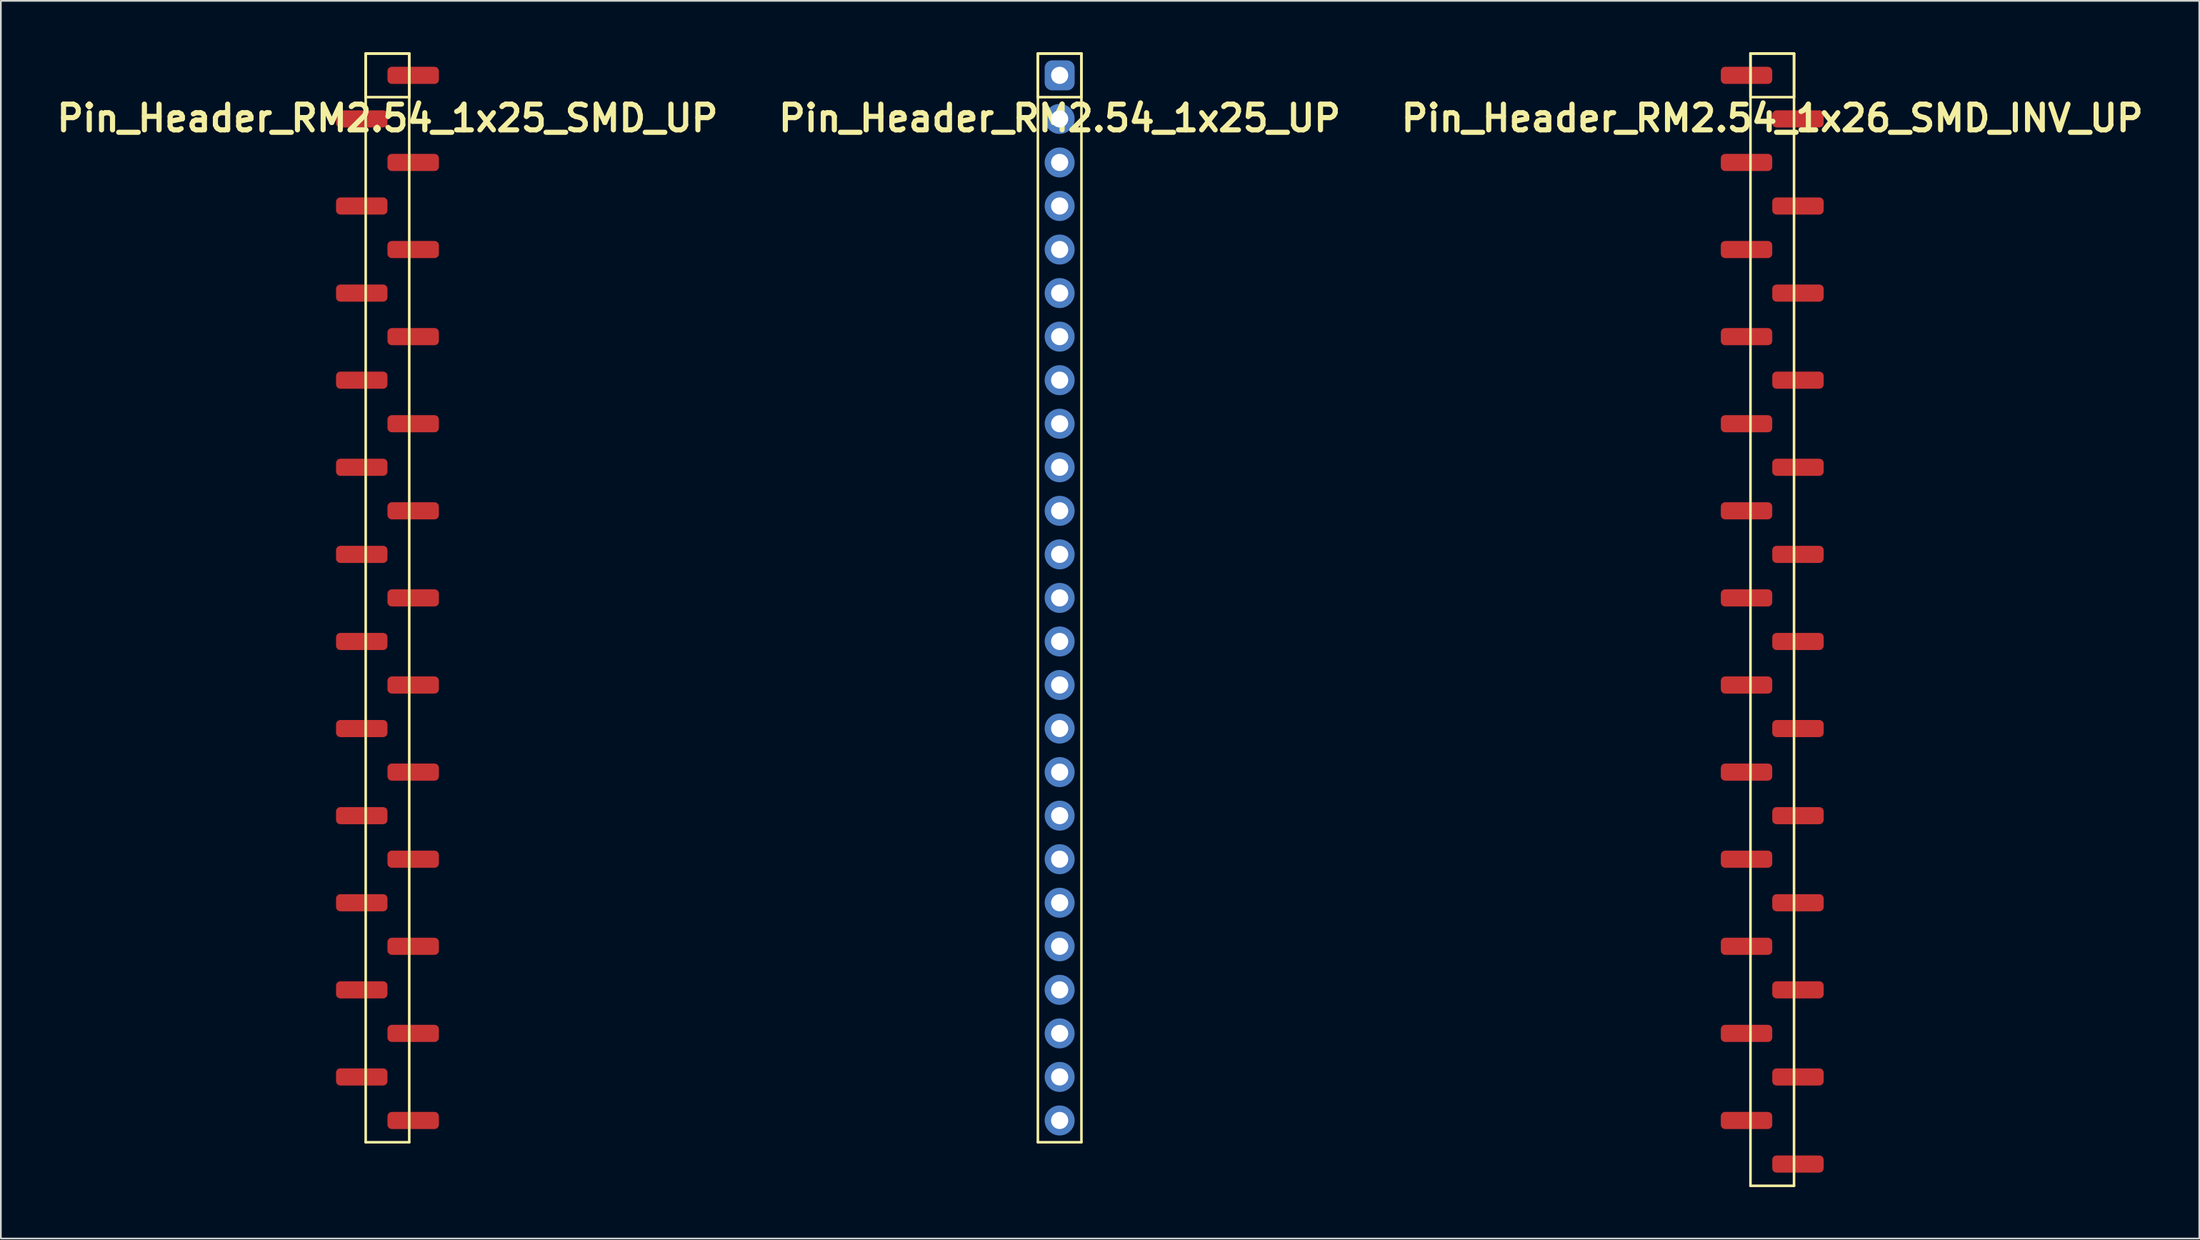
<source format=kicad_pcb>
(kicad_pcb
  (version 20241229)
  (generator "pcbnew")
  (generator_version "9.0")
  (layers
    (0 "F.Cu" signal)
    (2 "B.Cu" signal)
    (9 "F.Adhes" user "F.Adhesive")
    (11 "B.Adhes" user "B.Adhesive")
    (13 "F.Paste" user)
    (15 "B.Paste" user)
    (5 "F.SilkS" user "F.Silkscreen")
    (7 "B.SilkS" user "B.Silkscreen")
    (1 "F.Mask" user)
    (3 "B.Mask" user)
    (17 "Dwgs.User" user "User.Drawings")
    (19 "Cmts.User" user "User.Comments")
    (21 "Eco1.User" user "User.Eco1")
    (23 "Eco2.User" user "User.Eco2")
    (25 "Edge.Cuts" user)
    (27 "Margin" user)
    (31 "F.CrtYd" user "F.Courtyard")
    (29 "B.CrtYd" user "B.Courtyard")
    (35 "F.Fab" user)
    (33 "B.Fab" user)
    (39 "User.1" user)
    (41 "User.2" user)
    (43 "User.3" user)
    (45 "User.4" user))
  (footprint "Pin_Header_RM2.54_1x26_SMD_INV_UP"
    (layer "F.Cu")
    (at 100.321 1.345)
    (property "Reference" "Pin_Header_RM2.54_1x26_SMD_INV_UP" (at 0 2.5 0) (layer "F.SilkS") (effects (font (size 1.5 1.5) (thickness 0.3))))
    (attr through_hole)
    (fp_line (start -1.27 -1.27) (end 1.27 -1.27) (stroke (width 0.15) (type solid)) (layer "F.SilkS"))
    (fp_line (start -1.27 -1.27) (end 1.27 -1.27) (stroke (width 0.15) (type solid)) (layer "F.SilkS"))
    (fp_line (start -1.27 1.27) (end -1.27 -1.27) (stroke (width 0.15) (type solid)) (layer "F.SilkS"))
    (fp_line (start -1.27 64.77) (end -1.27 -1.27) (stroke (width 0.15) (type solid)) (layer "F.SilkS"))
    (fp_line (start 1.27 -1.27) (end 1.27 1.27) (stroke (width 0.15) (type solid)) (layer "F.SilkS"))
    (fp_line (start 1.27 -1.27) (end 1.27 64.77) (stroke (width 0.15) (type solid)) (layer "F.SilkS"))
    (fp_line (start 1.27 1.27) (end -1.27 1.27) (stroke (width 0.15) (type solid)) (layer "F.SilkS"))
    (fp_line (start 1.27 64.77) (end -1.27 64.77) (stroke (width 0.15) (type solid)) (layer "F.SilkS"))
    (pad "1" smd roundrect (at -1.5 0) (size 3 1) (layers "F.Cu" "F.Mask") (roundrect_rratio 0.25))
    (pad "2" smd roundrect (at 1.5 2.54) (size 3 1) (layers "F.Cu" "F.Mask") (roundrect_rratio 0.25))
    (pad "3" smd roundrect (at -1.5 5.08) (size 3 1) (layers "F.Cu" "F.Mask") (roundrect_rratio 0.25))
    (pad "4" smd roundrect (at 1.5 7.62) (size 3 1) (layers "F.Cu" "F.Mask") (roundrect_rratio 0.25))
    (pad "5" smd roundrect (at -1.5 10.16) (size 3 1) (layers "F.Cu" "F.Mask") (roundrect_rratio 0.25))
    (pad "6" smd roundrect (at 1.5 12.7) (size 3 1) (layers "F.Cu" "F.Mask") (roundrect_rratio 0.25))
    (pad "7" smd roundrect (at -1.5 15.24) (size 3 1) (layers "F.Cu" "F.Mask") (roundrect_rratio 0.25))
    (pad "8" smd roundrect (at 1.5 17.78) (size 3 1) (layers "F.Cu" "F.Mask") (roundrect_rratio 0.25))
    (pad "9" smd roundrect (at -1.5 20.32) (size 3 1) (layers "F.Cu" "F.Mask") (roundrect_rratio 0.25))
    (pad "10" smd roundrect (at 1.5 22.86) (size 3 1) (layers "F.Cu" "F.Mask") (roundrect_rratio 0.25))
    (pad "11" smd roundrect (at -1.5 25.4) (size 3 1) (layers "F.Cu" "F.Mask") (roundrect_rratio 0.25))
    (pad "12" smd roundrect (at 1.5 27.94) (size 3 1) (layers "F.Cu" "F.Mask") (roundrect_rratio 0.25))
    (pad "13" smd roundrect (at -1.5 30.48) (size 3 1) (layers "F.Cu" "F.Mask") (roundrect_rratio 0.25))
    (pad "14" smd roundrect (at 1.5 33.02) (size 3 1) (layers "F.Cu" "F.Mask") (roundrect_rratio 0.25))
    (pad "15" smd roundrect (at -1.5 35.56) (size 3 1) (layers "F.Cu" "F.Mask") (roundrect_rratio 0.25))
    (pad "16" smd roundrect (at 1.5 38.1) (size 3 1) (layers "F.Cu" "F.Mask") (roundrect_rratio 0.25))
    (pad "17" smd roundrect (at -1.5 40.64) (size 3 1) (layers "F.Cu" "F.Mask") (roundrect_rratio 0.25))
    (pad "18" smd roundrect (at 1.5 43.18) (size 3 1) (layers "F.Cu" "F.Mask") (roundrect_rratio 0.25))
    (pad "19" smd roundrect (at -1.5 45.72) (size 3 1) (layers "F.Cu" "F.Mask") (roundrect_rratio 0.25))
    (pad "20" smd roundrect (at 1.5 48.26) (size 3 1) (layers "F.Cu" "F.Mask") (roundrect_rratio 0.25))
    (pad "21" smd roundrect (at -1.5 50.8) (size 3 1) (layers "F.Cu" "F.Mask") (roundrect_rratio 0.25))
    (pad "22" smd roundrect (at 1.5 53.34) (size 3 1) (layers "F.Cu" "F.Mask") (roundrect_rratio 0.25))
    (pad "23" smd roundrect (at -1.5 55.88) (size 3 1) (layers "F.Cu" "F.Mask") (roundrect_rratio 0.25))
    (pad "24" smd roundrect (at 1.5 58.42) (size 3 1) (layers "F.Cu" "F.Mask") (roundrect_rratio 0.25))
    (pad "25" smd roundrect (at -1.5 60.96) (size 3 1) (layers "F.Cu" "F.Mask") (roundrect_rratio 0.25))
    (pad "26" smd roundrect (at 1.5 63.5) (size 3 1) (layers "F.Cu" "F.Mask") (roundrect_rratio 0.25)))
  (footprint "Pin_Header_RM2.54_1x25_SMD_UP"
    (layer "F.Cu")
    (at 19.55 1.345)
    (property "Reference" "Pin_Header_RM2.54_1x25_SMD_UP" (at 0 2.5 0) (layer "F.SilkS") (effects (font (size 1.5 1.5) (thickness 0.3))))
    (attr through_hole)
    (fp_line (start -1.27 -1.27) (end 1.27 -1.27) (stroke (width 0.15) (type solid)) (layer "F.SilkS"))
    (fp_line (start -1.27 -1.27) (end 1.27 -1.27) (stroke (width 0.15) (type solid)) (layer "F.SilkS"))
    (fp_line (start -1.27 1.27) (end -1.27 -1.27) (stroke (width 0.15) (type solid)) (layer "F.SilkS"))
    (fp_line (start -1.27 62.23) (end -1.27 -1.27) (stroke (width 0.15) (type solid)) (layer "F.SilkS"))
    (fp_line (start 1.27 -1.27) (end 1.27 1.27) (stroke (width 0.15) (type solid)) (layer "F.SilkS"))
    (fp_line (start 1.27 -1.27) (end 1.27 62.23) (stroke (width 0.15) (type solid)) (layer "F.SilkS"))
    (fp_line (start 1.27 1.27) (end -1.27 1.27) (stroke (width 0.15) (type solid)) (layer "F.SilkS"))
    (fp_line (start 1.27 62.23) (end -1.27 62.23) (stroke (width 0.15) (type solid)) (layer "F.SilkS"))
    (pad "1" smd roundrect (at 1.5 0) (size 3 1) (layers "F.Cu" "F.Mask") (roundrect_rratio 0.25))
    (pad "2" smd roundrect (at -1.5 2.54) (size 3 1) (layers "F.Cu" "F.Mask") (roundrect_rratio 0.25))
    (pad "3" smd roundrect (at 1.5 5.08) (size 3 1) (layers "F.Cu" "F.Mask") (roundrect_rratio 0.25))
    (pad "4" smd roundrect (at -1.5 7.62) (size 3 1) (layers "F.Cu" "F.Mask") (roundrect_rratio 0.25))
    (pad "5" smd roundrect (at 1.5 10.16) (size 3 1) (layers "F.Cu" "F.Mask") (roundrect_rratio 0.25))
    (pad "6" smd roundrect (at -1.5 12.7) (size 3 1) (layers "F.Cu" "F.Mask") (roundrect_rratio 0.25))
    (pad "7" smd roundrect (at 1.5 15.24) (size 3 1) (layers "F.Cu" "F.Mask") (roundrect_rratio 0.25))
    (pad "8" smd roundrect (at -1.5 17.78) (size 3 1) (layers "F.Cu" "F.Mask") (roundrect_rratio 0.25))
    (pad "9" smd roundrect (at 1.5 20.32) (size 3 1) (layers "F.Cu" "F.Mask") (roundrect_rratio 0.25))
    (pad "10" smd roundrect (at -1.5 22.86) (size 3 1) (layers "F.Cu" "F.Mask") (roundrect_rratio 0.25))
    (pad "11" smd roundrect (at 1.5 25.4) (size 3 1) (layers "F.Cu" "F.Mask") (roundrect_rratio 0.25))
    (pad "12" smd roundrect (at -1.5 27.94) (size 3 1) (layers "F.Cu" "F.Mask") (roundrect_rratio 0.25))
    (pad "13" smd roundrect (at 1.5 30.48) (size 3 1) (layers "F.Cu" "F.Mask") (roundrect_rratio 0.25))
    (pad "14" smd roundrect (at -1.5 33.02) (size 3 1) (layers "F.Cu" "F.Mask") (roundrect_rratio 0.25))
    (pad "15" smd roundrect (at 1.5 35.56) (size 3 1) (layers "F.Cu" "F.Mask") (roundrect_rratio 0.25))
    (pad "16" smd roundrect (at -1.5 38.1) (size 3 1) (layers "F.Cu" "F.Mask") (roundrect_rratio 0.25))
    (pad "17" smd roundrect (at 1.5 40.64) (size 3 1) (layers "F.Cu" "F.Mask") (roundrect_rratio 0.25))
    (pad "18" smd roundrect (at -1.5 43.18) (size 3 1) (layers "F.Cu" "F.Mask") (roundrect_rratio 0.25))
    (pad "19" smd roundrect (at 1.5 45.72) (size 3 1) (layers "F.Cu" "F.Mask") (roundrect_rratio 0.25))
    (pad "20" smd roundrect (at -1.5 48.26) (size 3 1) (layers "F.Cu" "F.Mask") (roundrect_rratio 0.25))
    (pad "21" smd roundrect (at 1.5 50.8) (size 3 1) (layers "F.Cu" "F.Mask") (roundrect_rratio 0.25))
    (pad "22" smd roundrect (at -1.5 53.34) (size 3 1) (layers "F.Cu" "F.Mask") (roundrect_rratio 0.25))
    (pad "23" smd roundrect (at 1.5 55.88) (size 3 1) (layers "F.Cu" "F.Mask") (roundrect_rratio 0.25))
    (pad "24" smd roundrect (at -1.5 58.42) (size 3 1) (layers "F.Cu" "F.Mask") (roundrect_rratio 0.25))
    (pad "25" smd roundrect (at 1.5 60.96) (size 3 1) (layers "F.Cu" "F.Mask") (roundrect_rratio 0.25)))
  (footprint "Pin_Header_RM2.54_1x25_UP"
    (layer "F.Cu")
    (at 58.757 1.345)
    (property "Reference" "Pin_Header_RM2.54_1x25_UP" (at 0 2.5 0) (layer "F.SilkS") (effects (font (size 1.5 1.5) (thickness 0.3))))
    (attr through_hole)
    (fp_line (start -1.27 -1.27) (end 1.27 -1.27) (stroke (width 0.15) (type solid)) (layer "F.SilkS"))
    (fp_line (start -1.27 -1.27) (end 1.27 -1.27) (stroke (width 0.15) (type solid)) (layer "F.SilkS"))
    (fp_line (start -1.27 1.27) (end -1.27 -1.27) (stroke (width 0.15) (type solid)) (layer "F.SilkS"))
    (fp_line (start -1.27 62.23) (end -1.27 -1.27) (stroke (width 0.15) (type solid)) (layer "F.SilkS"))
    (fp_line (start 1.27 -1.27) (end 1.27 1.27) (stroke (width 0.15) (type solid)) (layer "F.SilkS"))
    (fp_line (start 1.27 -1.27) (end 1.27 62.23) (stroke (width 0.15) (type solid)) (layer "F.SilkS"))
    (fp_line (start 1.27 1.27) (end -1.27 1.27) (stroke (width 0.15) (type solid)) (layer "F.SilkS"))
    (fp_line (start 1.27 62.23) (end -1.27 62.23) (stroke (width 0.15) (type solid)) (layer "F.SilkS"))
    (pad "1" thru_hole circle (at 0 0) (size 1.3 1.3) (drill 1) (layers "*.Cu" "*.Mask"))
    (pad "1" smd roundrect (at 0 0) (size 1.5 1.5) (layers "F.Cu" "F.Mask") (roundrect_rratio 0.25))
    (pad "1" smd roundrect (at 0 0) (size 1.75 1.75) (layers "B.Cu" "B.Mask") (roundrect_rratio 0.25))
    (pad "2" thru_hole circle (at 0 2.54) (size 1.3 1.3) (drill 1) (layers "*.Cu" "*.Mask"))
    (pad "2" smd circle (at 0 2.54) (size 1.5 1.5) (layers "F.Cu" "F.Mask"))
    (pad "2" smd circle (at 0 2.54) (size 1.75 1.75) (layers "B.Cu" "B.Mask"))
    (pad "3" thru_hole circle (at 0 5.08) (size 1.3 1.3) (drill 1) (layers "*.Cu" "*.Mask"))
    (pad "3" smd circle (at 0 5.08) (size 1.5 1.5) (layers "F.Cu" "F.Mask"))
    (pad "3" smd circle (at 0 5.08) (size 1.75 1.75) (layers "B.Cu" "B.Mask"))
    (pad "4" thru_hole circle (at 0 7.62) (size 1.3 1.3) (drill 1) (layers "*.Cu" "*.Mask"))
    (pad "4" smd circle (at 0 7.62) (size 1.5 1.5) (layers "F.Cu" "F.Mask"))
    (pad "4" smd circle (at 0 7.62) (size 1.75 1.75) (layers "B.Cu" "B.Mask"))
    (pad "5" thru_hole circle (at 0 10.16) (size 1.3 1.3) (drill 1) (layers "*.Cu" "*.Mask"))
    (pad "5" smd circle (at 0 10.16) (size 1.5 1.5) (layers "F.Cu" "F.Mask"))
    (pad "5" smd circle (at 0 10.16) (size 1.75 1.75) (layers "B.Cu" "B.Mask"))
    (pad "6" thru_hole circle (at 0 12.7) (size 1.3 1.3) (drill 1) (layers "*.Cu" "*.Mask"))
    (pad "6" smd circle (at 0 12.7) (size 1.5 1.5) (layers "F.Cu" "F.Mask"))
    (pad "6" smd circle (at 0 12.7) (size 1.75 1.75) (layers "B.Cu" "B.Mask"))
    (pad "7" thru_hole circle (at 0 15.24) (size 1.3 1.3) (drill 1) (layers "*.Cu" "*.Mask"))
    (pad "7" smd circle (at 0 15.24) (size 1.5 1.5) (layers "F.Cu" "F.Mask"))
    (pad "7" smd circle (at 0 15.24) (size 1.75 1.75) (layers "B.Cu" "B.Mask"))
    (pad "8" thru_hole circle (at 0 17.78) (size 1.3 1.3) (drill 1) (layers "*.Cu" "*.Mask"))
    (pad "8" smd circle (at 0 17.78) (size 1.5 1.5) (layers "F.Cu" "F.Mask"))
    (pad "8" smd circle (at 0 17.78) (size 1.75 1.75) (layers "B.Cu" "B.Mask"))
    (pad "9" thru_hole circle (at 0 20.32) (size 1.3 1.3) (drill 1) (layers "*.Cu" "*.Mask"))
    (pad "9" smd circle (at 0 20.32) (size 1.5 1.5) (layers "F.Cu" "F.Mask"))
    (pad "9" smd circle (at 0 20.32) (size 1.75 1.75) (layers "B.Cu" "B.Mask"))
    (pad "10" thru_hole circle (at 0 22.86) (size 1.3 1.3) (drill 1) (layers "*.Cu" "*.Mask"))
    (pad "10" smd circle (at 0 22.86) (size 1.5 1.5) (layers "F.Cu" "F.Mask"))
    (pad "10" smd circle (at 0 22.86) (size 1.75 1.75) (layers "B.Cu" "B.Mask"))
    (pad "11" thru_hole circle (at 0 25.4) (size 1.3 1.3) (drill 1) (layers "*.Cu" "*.Mask"))
    (pad "11" smd circle (at 0 25.4) (size 1.5 1.5) (layers "F.Cu" "F.Mask"))
    (pad "11" smd circle (at 0 25.4) (size 1.75 1.75) (layers "B.Cu" "B.Mask"))
    (pad "12" thru_hole circle (at 0 27.94) (size 1.3 1.3) (drill 1) (layers "*.Cu" "*.Mask"))
    (pad "12" smd circle (at 0 27.94) (size 1.5 1.5) (layers "F.Cu" "F.Mask"))
    (pad "12" smd circle (at 0 27.94) (size 1.75 1.75) (layers "B.Cu" "B.Mask"))
    (pad "13" thru_hole circle (at 0 30.48) (size 1.3 1.3) (drill 1) (layers "*.Cu" "*.Mask"))
    (pad "13" smd circle (at 0 30.48) (size 1.5 1.5) (layers "F.Cu" "F.Mask"))
    (pad "13" smd circle (at 0 30.48) (size 1.75 1.75) (layers "B.Cu" "B.Mask"))
    (pad "14" thru_hole circle (at 0 33.02) (size 1.3 1.3) (drill 1) (layers "*.Cu" "*.Mask"))
    (pad "14" smd circle (at 0 33.02) (size 1.5 1.5) (layers "F.Cu" "F.Mask"))
    (pad "14" smd circle (at 0 33.02) (size 1.75 1.75) (layers "B.Cu" "B.Mask"))
    (pad "15" thru_hole circle (at 0 35.56) (size 1.3 1.3) (drill 1) (layers "*.Cu" "*.Mask"))
    (pad "15" smd circle (at 0 35.56) (size 1.5 1.5) (layers "F.Cu" "F.Mask"))
    (pad "15" smd circle (at 0 35.56) (size 1.75 1.75) (layers "B.Cu" "B.Mask"))
    (pad "16" thru_hole circle (at 0 38.1) (size 1.3 1.3) (drill 1) (layers "*.Cu" "*.Mask"))
    (pad "16" smd circle (at 0 38.1) (size 1.5 1.5) (layers "F.Cu" "F.Mask"))
    (pad "16" smd circle (at 0 38.1) (size 1.75 1.75) (layers "B.Cu" "B.Mask"))
    (pad "17" thru_hole circle (at 0 40.64) (size 1.3 1.3) (drill 1) (layers "*.Cu" "*.Mask"))
    (pad "17" smd circle (at 0 40.64) (size 1.5 1.5) (layers "F.Cu" "F.Mask"))
    (pad "17" smd circle (at 0 40.64) (size 1.75 1.75) (layers "B.Cu" "B.Mask"))
    (pad "18" thru_hole circle (at 0 43.18) (size 1.3 1.3) (drill 1) (layers "*.Cu" "*.Mask"))
    (pad "18" smd circle (at 0 43.18) (size 1.5 1.5) (layers "F.Cu" "F.Mask"))
    (pad "18" smd circle (at 0 43.18) (size 1.75 1.75) (layers "B.Cu" "B.Mask"))
    (pad "19" thru_hole circle (at 0 45.72) (size 1.3 1.3) (drill 1) (layers "*.Cu" "*.Mask"))
    (pad "19" smd circle (at 0 45.72) (size 1.5 1.5) (layers "F.Cu" "F.Mask"))
    (pad "19" smd circle (at 0 45.72) (size 1.75 1.75) (layers "B.Cu" "B.Mask"))
    (pad "20" thru_hole circle (at 0 48.26) (size 1.3 1.3) (drill 1) (layers "*.Cu" "*.Mask"))
    (pad "20" smd circle (at 0 48.26) (size 1.5 1.5) (layers "F.Cu" "F.Mask"))
    (pad "20" smd circle (at 0 48.26) (size 1.75 1.75) (layers "B.Cu" "B.Mask"))
    (pad "21" thru_hole circle (at 0 50.8) (size 1.3 1.3) (drill 1) (layers "*.Cu" "*.Mask"))
    (pad "21" smd circle (at 0 50.8) (size 1.5 1.5) (layers "F.Cu" "F.Mask"))
    (pad "21" smd circle (at 0 50.8) (size 1.75 1.75) (layers "B.Cu" "B.Mask"))
    (pad "22" thru_hole circle (at 0 53.34) (size 1.3 1.3) (drill 1) (layers "*.Cu" "*.Mask"))
    (pad "22" smd circle (at 0 53.34) (size 1.5 1.5) (layers "F.Cu" "F.Mask"))
    (pad "22" smd circle (at 0 53.34) (size 1.75 1.75) (layers "B.Cu" "B.Mask"))
    (pad "23" thru_hole circle (at 0 55.88) (size 1.3 1.3) (drill 1) (layers "*.Cu" "*.Mask"))
    (pad "23" smd circle (at 0 55.88) (size 1.5 1.5) (layers "F.Cu" "F.Mask"))
    (pad "23" smd circle (at 0 55.88) (size 1.75 1.75) (layers "B.Cu" "B.Mask"))
    (pad "24" thru_hole circle (at 0 58.42) (size 1.3 1.3) (drill 1) (layers "*.Cu" "*.Mask"))
    (pad "24" smd circle (at 0 58.42) (size 1.5 1.5) (layers "F.Cu" "F.Mask"))
    (pad "24" smd circle (at 0 58.42) (size 1.75 1.75) (layers "B.Cu" "B.Mask"))
    (pad "25" thru_hole circle (at 0 60.96) (size 1.3 1.3) (drill 1) (layers "*.Cu" "*.Mask"))
    (pad "25" smd circle (at 0 60.96) (size 1.5 1.5) (layers "F.Cu" "F.Mask"))
    (pad "25" smd circle (at 0 60.96) (size 1.75 1.75) (layers "B.Cu" "B.Mask")))
  (gr_rect
    (start -3 -3)
    (end 125.229 69.19)
    (stroke (width 0.1) (type default))
    (fill no)
    (layer "Edge.Cuts")))
</source>
